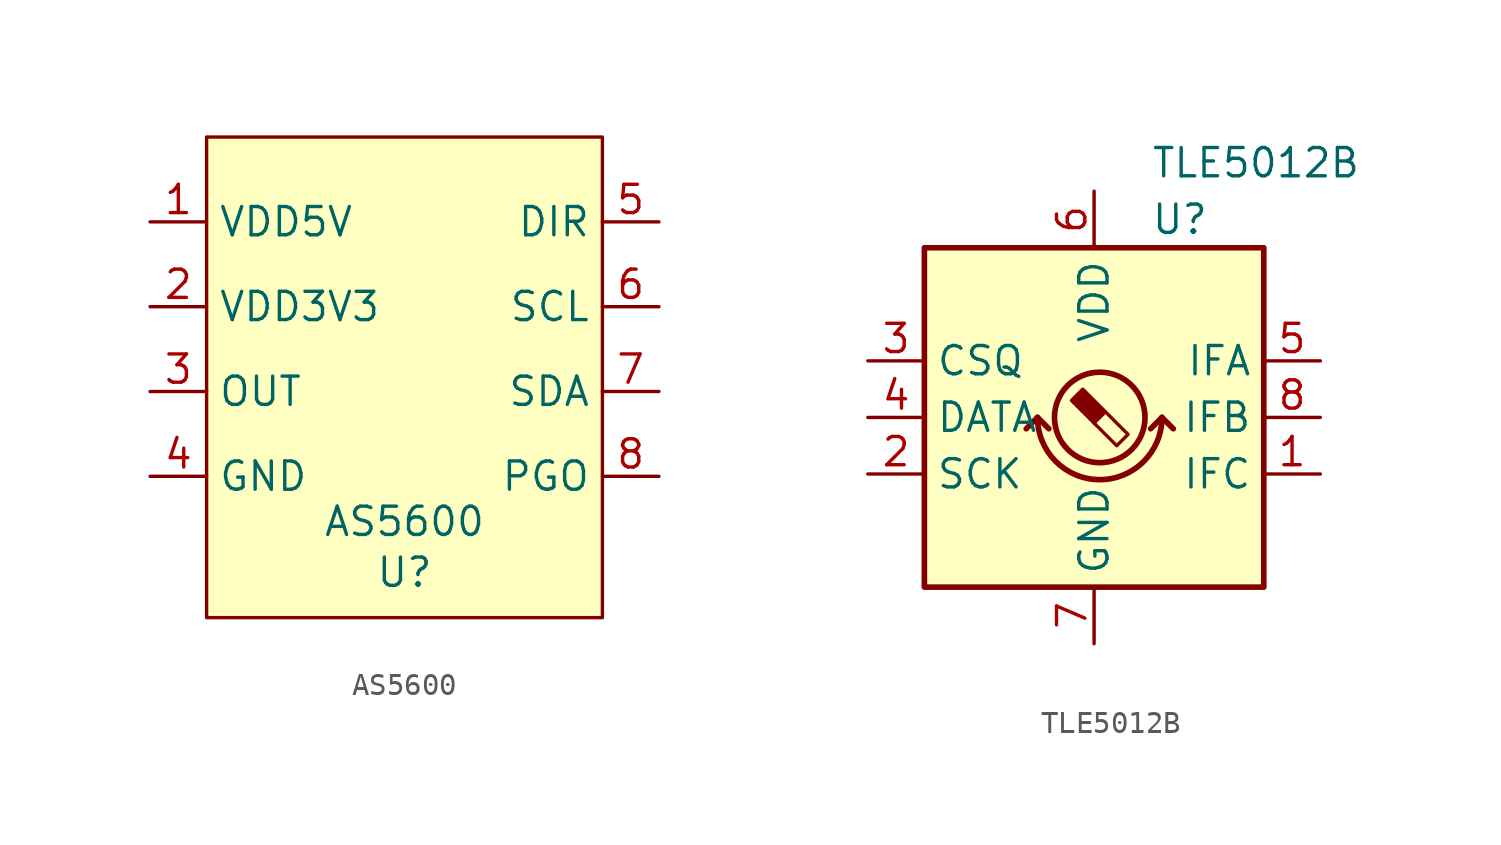
<source format=kicad_sym>
(kicad_symbol_lib
  (version 20231120)
  (generator "kicad_symbol_editor")
  (generator_version "8.0")
  (symbol "AS5600"
    (property "Reference" "U"
      (at 0 -10.668 0)
      (effects (font (size 1.27 1.27))))
    (property "Value" "AS5600"
      (at 0 -8.382 0)
      (effects (font (size 1.27 1.27))))
    (symbol "AS5600_1_1"
      (rectangle (start -8.89 8.89) (end 8.89 -12.7) (stroke (width 0) (type default)) (fill (type background)))
      (pin power_in line (at -11.43 5.08 0) (length 2.54) (name "VDD5V" (effects (font (size 1.27 1.27)))) (number "1" (effects (font (size 1.27 1.27)))))
      (pin power_in line (at -11.43 1.27 0) (length 2.54) (name "VDD3V3" (effects (font (size 1.27 1.27)))) (number "2" (effects (font (size 1.27 1.27)))))
      (pin output line (at -11.43 -2.54 0) (length 2.54) (name "OUT" (effects (font (size 1.27 1.27)))) (number "3" (effects (font (size 1.27 1.27)))))
      (pin power_in line (at -11.43 -6.35 0) (length 2.54) (name "GND" (effects (font (size 1.27 1.27)))) (number "4" (effects (font (size 1.27 1.27)))))
      (pin input line (at 11.43 5.08 180) (length 2.54) (name "DIR" (effects (font (size 1.27 1.27)))) (number "5" (effects (font (size 1.27 1.27)))))
      (pin input line (at 11.43 1.27 180) (length 2.54) (name "SCL" (effects (font (size 1.27 1.27)))) (number "6" (effects (font (size 1.27 1.27)))))
      (pin bidirectional line (at 11.43 -2.54 180) (length 2.54) (name "SDA" (effects (font (size 1.27 1.27)))) (number "7" (effects (font (size 1.27 1.27)))))
      (pin input line (at 11.43 -6.35 180) (length 2.54) (name "PGO" (effects (font (size 1.27 1.27)))) (number "8" (effects (font (size 1.27 1.27)))))))
  (symbol "TLE5012B"
    (property "Reference" "U"
      (at 2.54 8.89 0)
      (effects (font (size 1.27 1.27)) (justify left)))
    (property "Value" "TLE5012B"
      (at 2.54 11.43 0)
      (effects (font (size 1.27 1.27)) (justify left)))
    (symbol "TLE5012B_0_1"
      (arc (start -2.54 0) (mid 0.254 -2.7819) (end 3.048 0) (stroke (width 0.254) (type default)) (fill (type none)))
      (polyline (pts (xy -2.54 0) (xy -3.048 -0.508)) (stroke (width 0.254) (type default)) (fill (type none)))
      (polyline (pts (xy -2.54 0) (xy -2.032 -0.508)) (stroke (width 0.254) (type default)) (fill (type none)))
      (polyline (pts (xy 3.048 0) (xy 2.54 -0.508)) (stroke (width 0.254) (type default)) (fill (type none)))
      (polyline (pts (xy 3.048 0) (xy 3.556 -0.508)) (stroke (width 0.254) (type default)) (fill (type none))))
    (symbol "TLE5012B_1_1"
      (rectangle (start -7.62 7.62) (end 7.62 -7.62) (stroke (width 0.254) (type default)) (fill (type background)))
      (polyline (pts (xy 0.508 0.254) (xy 1.524 -0.762) (xy 1.016 -1.27) (xy 0 -0.254)) (stroke (width 0) (type default)) (fill (type none)))
      (polyline (pts (xy -0.508 1.27) (xy 0.508 0.254) (xy 0 -0.254) (xy -1.016 0.762) (xy -0.762 1.016) (xy -0.508 1.27) (xy -0.381 1.143)) (stroke (width 0) (type default)) (fill (type outline)))
      (circle (center 0.254 0) (radius 2.032) (stroke (width 0.254) (type default)) (fill (type none)))
      (pin bidirectional line (at 10.16 -2.54 180) (length 2.54) (name "IFC" (effects (font (size 1.27 1.27)))) (number "1" (effects (font (size 1.27 1.27)))) (alternate "CLK" input line) (alternate "HS3" output line) (alternate "IIF_IDX" output line))
      (pin input line (at -10.16 -2.54 0) (length 2.54) (name "SCK" (effects (font (size 1.27 1.27)))) (number "2" (effects (font (size 1.27 1.27)))))
      (pin input line (at -10.16 2.54 0) (length 2.54) (name "CSQ" (effects (font (size 1.27 1.27)))) (number "3" (effects (font (size 1.27 1.27)))))
      (pin bidirectional line (at -10.16 0 0) (length 2.54) (name "DATA" (effects (font (size 1.27 1.27)))) (number "4" (effects (font (size 1.27 1.27)))))
      (pin bidirectional line (at 10.16 2.54 180) (length 2.54) (name "IFA" (effects (font (size 1.27 1.27)))) (number "5" (effects (font (size 1.27 1.27)))) (alternate "HS1" output line) (alternate "IIF_A" output line) (alternate "PWM" output line) (alternate "SPC" open_collector line))
      (pin power_in line (at 0 10.16 270) (length 2.54) (name "VDD" (effects (font (size 1.27 1.27)))) (number "6" (effects (font (size 1.27 1.27)))))
      (pin power_in line (at 0 -10.16 90) (length 2.54) (name "GND" (effects (font (size 1.27 1.27)))) (number "7" (effects (font (size 1.27 1.27)))))
      (pin output line (at 10.16 0 180) (length 2.54) (name "IFB" (effects (font (size 1.27 1.27)))) (number "8" (effects (font (size 1.27 1.27)))) (alternate "HS2" output line) (alternate "IIF_B" output line)))))
</source>
